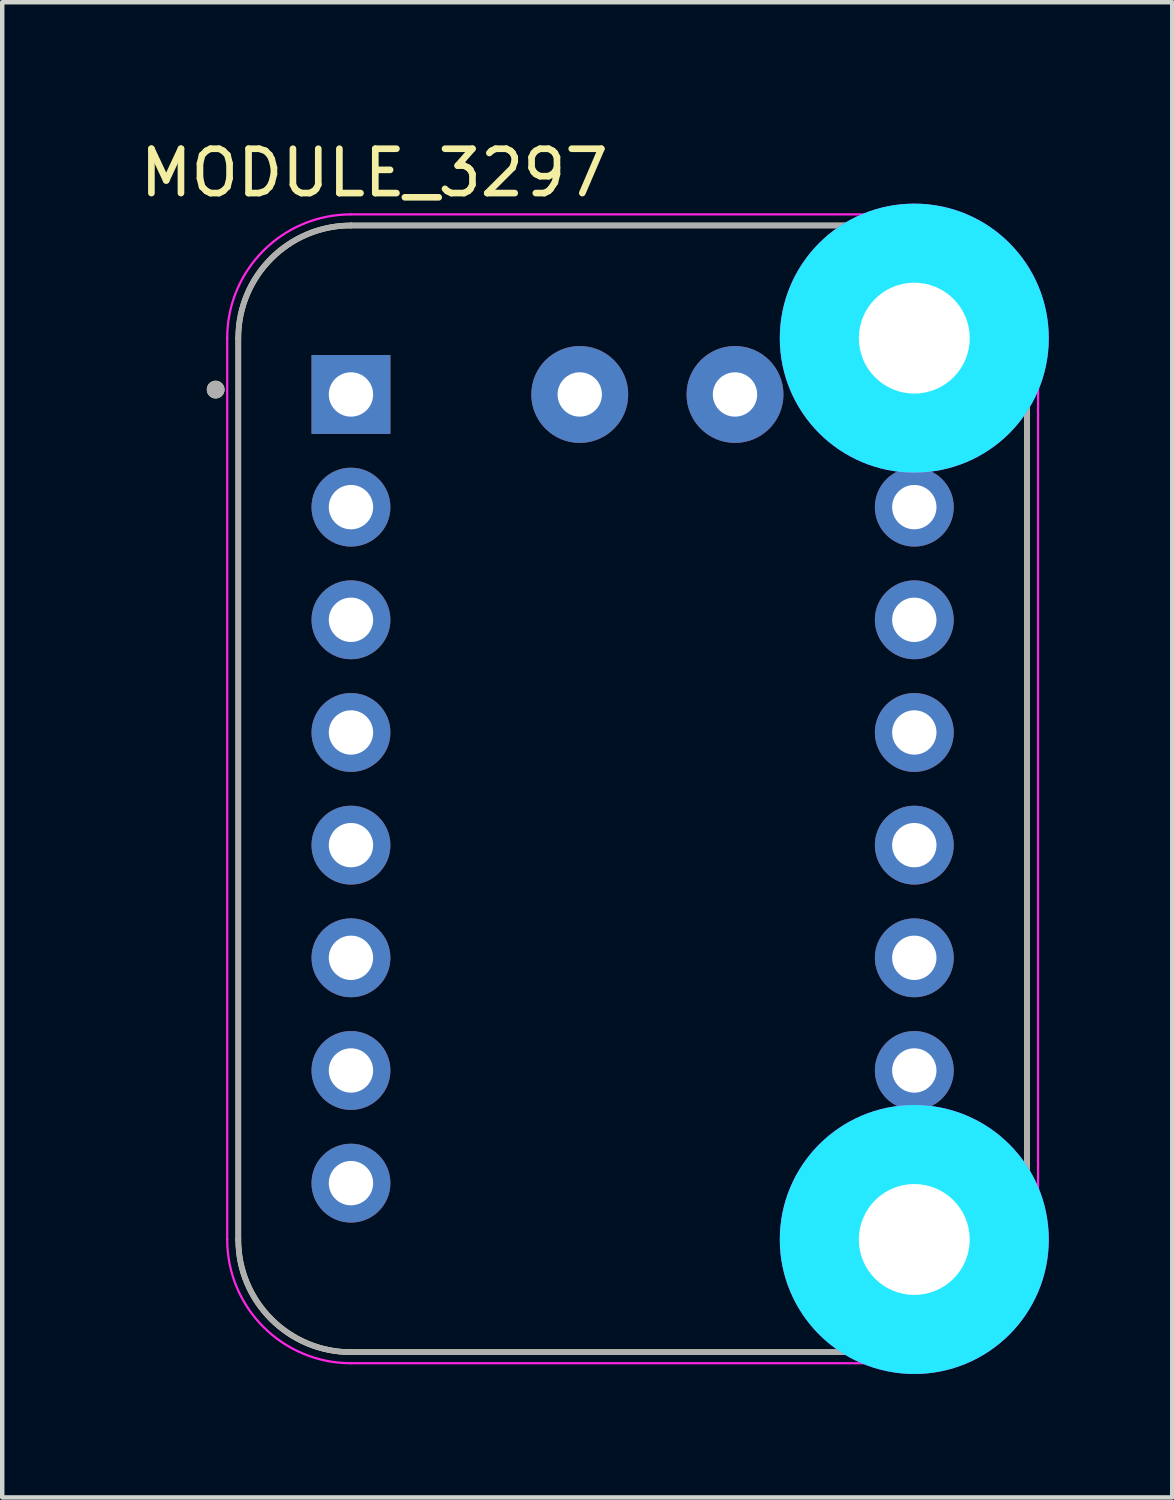
<source format=kicad_pcb>
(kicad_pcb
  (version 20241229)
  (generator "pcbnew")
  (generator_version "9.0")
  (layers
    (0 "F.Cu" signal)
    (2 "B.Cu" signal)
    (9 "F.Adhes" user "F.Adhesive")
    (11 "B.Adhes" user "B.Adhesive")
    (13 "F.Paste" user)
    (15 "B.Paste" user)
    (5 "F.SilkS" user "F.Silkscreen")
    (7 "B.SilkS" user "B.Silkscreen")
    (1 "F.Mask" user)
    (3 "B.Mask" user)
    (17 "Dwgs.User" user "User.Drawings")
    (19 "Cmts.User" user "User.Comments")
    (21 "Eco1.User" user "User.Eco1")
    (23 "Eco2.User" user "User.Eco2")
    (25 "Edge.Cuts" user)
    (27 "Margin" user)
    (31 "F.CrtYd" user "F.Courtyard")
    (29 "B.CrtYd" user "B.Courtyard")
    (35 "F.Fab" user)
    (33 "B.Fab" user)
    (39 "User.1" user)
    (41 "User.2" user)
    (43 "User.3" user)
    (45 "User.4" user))
  (footprint "MODULE_3297"
    (layer "F.Cu")
    (at 11.212 14.733)
    (property "Reference" "MODULE_3297" (at -5.825 -13.885 0) (layer "F.SilkS") (effects (font (size 1 1) (thickness 0.15))))
    (attr through_hole)
    (fp_line (start -8.89 -10.16) (end -8.89 10.16) (stroke (width 0.127) (type solid)) (layer "F.SilkS"))
    (fp_line (start -6.35 12.7) (end 6.35 12.7) (stroke (width 0.127) (type solid)) (layer "F.SilkS"))
    (fp_line (start 6.35 -12.7) (end -6.35 -12.7) (stroke (width 0.127) (type solid)) (layer "F.SilkS"))
    (fp_line (start 8.89 10.16) (end 8.89 -10.16) (stroke (width 0.127) (type solid)) (layer "F.SilkS"))
    (fp_arc (start -8.89 -10.16) (mid -8.146051 -11.956051) (end -6.35 -12.7) (stroke (width 0.127) (type solid)) (layer "F.SilkS"))
    (fp_arc (start -6.35 12.7) (mid -8.146051 11.956051) (end -8.89 10.16) (stroke (width 0.127) (type solid)) (layer "F.SilkS"))
    (fp_arc (start 6.35 -12.7) (mid 8.146051 -11.956051) (end 8.89 -10.16) (stroke (width 0.127) (type solid)) (layer "F.SilkS"))
    (fp_arc (start 8.89 10.16) (mid 8.146051 11.956051) (end 6.35 12.7) (stroke (width 0.127) (type solid)) (layer "F.SilkS"))
    (fp_circle (center -9.4 -9) (end -9.3 -9) (stroke (width 0.2) (type solid)) (fill no) (layer "F.SilkS"))
    (fp_circle (center 6.35 -10.16) (end 7.35 -10.16) (stroke (width 2.032) (type solid)) (fill no) (layer "B.CrtYd"))
    (fp_circle (center 6.35 10.16) (end 7.35 10.16) (stroke (width 2.032) (type solid)) (fill no) (layer "B.CrtYd"))
    (fp_line (start -9.14 -10.16) (end -9.14 10.16) (stroke (width 0.05) (type solid)) (layer "F.CrtYd"))
    (fp_line (start -6.35 12.95) (end 6.35 12.95) (stroke (width 0.05) (type solid)) (layer "F.CrtYd"))
    (fp_line (start 6.35 -12.95) (end -6.35 -12.95) (stroke (width 0.05) (type solid)) (layer "F.CrtYd"))
    (fp_line (start 9.14 10.16) (end 9.14 -10.16) (stroke (width 0.05) (type solid)) (layer "F.CrtYd"))
    (fp_arc (start -9.14 -10.16) (mid -8.322828 -12.132828) (end -6.35 -12.95) (stroke (width 0.05) (type solid)) (layer "F.CrtYd"))
    (fp_arc (start -6.35 12.95) (mid -8.322828 12.132828) (end -9.14 10.16) (stroke (width 0.05) (type solid)) (layer "F.CrtYd"))
    (fp_arc (start 6.35 -12.95) (mid 8.322828 -12.132828) (end 9.14 -10.16) (stroke (width 0.05) (type solid)) (layer "F.CrtYd"))
    (fp_arc (start 9.14 10.16) (mid 8.322828 12.132828) (end 6.35 12.95) (stroke (width 0.05) (type solid)) (layer "F.CrtYd"))
    (fp_circle (center 6.35 -10.16) (end 7.35 -10.16) (stroke (width 2.032) (type solid)) (fill no) (layer "F.CrtYd"))
    (fp_circle (center 6.35 10.16) (end 7.35 10.16) (stroke (width 2.032) (type solid)) (fill no) (layer "F.CrtYd"))
    (fp_line (start -8.89 -10.16) (end -8.89 10.16) (stroke (width 0.127) (type solid)) (layer "F.Fab"))
    (fp_line (start -6.35 12.7) (end 6.35 12.7) (stroke (width 0.127) (type solid)) (layer "F.Fab"))
    (fp_line (start 6.35 -12.7) (end -6.35 -12.7) (stroke (width 0.127) (type solid)) (layer "F.Fab"))
    (fp_line (start 8.89 10.16) (end 8.89 -10.16) (stroke (width 0.127) (type solid)) (layer "F.Fab"))
    (fp_arc (start -8.89 -10.16) (mid -8.146051 -11.956051) (end -6.35 -12.7) (stroke (width 0.127) (type solid)) (layer "F.Fab"))
    (fp_arc (start -6.35 12.7) (mid -8.146051 11.956051) (end -8.89 10.16) (stroke (width 0.127) (type solid)) (layer "F.Fab"))
    (fp_arc (start 6.35 -12.7) (mid 8.146051 -11.956051) (end 8.89 -10.16) (stroke (width 0.127) (type solid)) (layer "F.Fab"))
    (fp_arc (start 8.89 10.16) (mid 8.146051 11.956051) (end 6.35 12.7) (stroke (width 0.127) (type solid)) (layer "F.Fab"))
    (fp_circle (center -9.4 -9) (end -9.3 -9) (stroke (width 0.2) (type solid)) (fill no) (layer "F.Fab"))
    (pad "J1_1" thru_hole rect (at -6.35 -8.89) (size 1.778 1.778) (drill 1) (layers "*.Cu" "*.Mask"))
    (pad "J1_2" thru_hole circle (at -6.35 -6.35) (size 1.778 1.778) (drill 1) (layers "*.Cu" "*.Mask"))
    (pad "J1_3" thru_hole circle (at -6.35 -3.81) (size 1.778 1.778) (drill 1) (layers "*.Cu" "*.Mask"))
    (pad "J1_4" thru_hole circle (at -6.35 -1.27) (size 1.778 1.778) (drill 1) (layers "*.Cu" "*.Mask"))
    (pad "J1_5" thru_hole circle (at -6.35 1.27) (size 1.778 1.778) (drill 1) (layers "*.Cu" "*.Mask"))
    (pad "J1_6" thru_hole circle (at -6.35 3.81) (size 1.778 1.778) (drill 1) (layers "*.Cu" "*.Mask"))
    (pad "J1_7" thru_hole circle (at -6.35 6.35) (size 1.778 1.778) (drill 1) (layers "*.Cu" "*.Mask"))
    (pad "J1_8" thru_hole circle (at -6.35 8.89) (size 1.778 1.778) (drill 1) (layers "*.Cu" "*.Mask"))
    (pad "J2_1" thru_hole circle (at -1.192 -8.89) (size 2.184 2.184) (drill 1) (layers "*.Cu" "*.Mask"))
    (pad "J2_2" thru_hole circle (at 2.308 -8.89) (size 2.184 2.184) (drill 1) (layers "*.Cu" "*.Mask"))
    (pad "J3_1" thru_hole circle (at 6.35 -6.35) (size 1.778 1.778) (drill 1) (layers "*.Cu" "*.Mask"))
    (pad "J3_2" thru_hole circle (at 6.35 -3.81) (size 1.778 1.778) (drill 1) (layers "*.Cu" "*.Mask"))
    (pad "J3_3" thru_hole circle (at 6.35 -1.27) (size 1.778 1.778) (drill 1) (layers "*.Cu" "*.Mask"))
    (pad "J3_4" thru_hole circle (at 6.35 1.27) (size 1.778 1.778) (drill 1) (layers "*.Cu" "*.Mask"))
    (pad "J3_5" thru_hole circle (at 6.35 3.81) (size 1.778 1.778) (drill 1) (layers "*.Cu" "*.Mask"))
    (pad "J3_6" thru_hole circle (at 6.35 6.35) (size 1.778 1.778) (drill 1) (layers "*.Cu" "*.Mask"))
    (pad "S1" thru_hole circle (at 6.35 -10.16) (size 3.2 3.2) (drill 2.5) (layers "*.Cu" "*.Mask"))
    (pad "S2" thru_hole circle (at 6.35 10.16) (size 3.2 3.2) (drill 2.5) (layers "*.Cu" "*.Mask"))
    (zone (net_name "") (layer "F.Cu") (hatch full 0.508) (connect_pads) (min_thickness 2.032) (filled_areas_thickness no) (keepout (tracks not_allowed) (vias not_allowed) (pads not_allowed) (copperpour not_allowed) (footprints allowed)) (placement (enabled no)) (fill) (polygon (pts (xy 19.578 4.573) (xy 19.568 4.771) (xy 19.539 4.967) (xy 19.491 5.158) (xy 19.424 5.345) (xy 19.34 5.524) (xy 19.238 5.693) (xy 19.12 5.852) (xy 18.987 5.999) (xy 18.841 6.132) (xy 18.682 6.249) (xy 18.512 6.351) (xy 18.333 6.436) (xy 18.147 6.502) (xy 17.955 6.551) (xy 17.76 6.58) (xy 17.562 6.589) (xy 17.364 6.58) (xy 17.169 6.551) (xy 16.977 6.502) (xy 16.79 6.436) (xy 16.612 6.351) (xy 16.442 6.249) (xy 16.283 6.132) (xy 16.136 5.999) (xy 16.004 5.852) (xy 15.886 5.693) (xy 15.784 5.524) (xy 15.699 5.345) (xy 15.633 5.158) (xy 15.585 4.967) (xy 15.556 4.771) (xy 15.546 4.573) (xy 15.556 4.376) (xy 15.585 4.18) (xy 15.633 3.988) (xy 15.699 3.802) (xy 15.784 3.623) (xy 15.886 3.453) (xy 16.004 3.294) (xy 16.136 3.148) (xy 16.283 3.015) (xy 16.442 2.897) (xy 16.612 2.795) (xy 16.79 2.711) (xy 16.977 2.644) (xy 17.169 2.596) (xy 17.364 2.567) (xy 17.562 2.557) (xy 17.76 2.567) (xy 17.955 2.596) (xy 18.147 2.644) (xy 18.333 2.711) (xy 18.512 2.795) (xy 18.682 2.897) (xy 18.841 3.015) (xy 18.987 3.148) (xy 19.12 3.294) (xy 19.238 3.453) (xy 19.34 3.623) (xy 19.424 3.802) (xy 19.491 3.988) (xy 19.539 4.18) (xy 19.568 4.376))))
    (zone (net_name "") (layer "F.Cu") (hatch full 0.508) (connect_pads) (min_thickness 2.032) (filled_areas_thickness no) (keepout (tracks not_allowed) (vias not_allowed) (pads not_allowed) (copperpour not_allowed) (footprints allowed)) (placement (enabled no)) (fill) (polygon (pts (xy 19.578 24.893) (xy 19.568 25.091) (xy 19.539 25.287) (xy 19.491 25.478) (xy 19.424 25.665) (xy 19.34 25.844) (xy 19.238 26.013) (xy 19.12 26.172) (xy 18.987 26.319) (xy 18.841 26.452) (xy 18.682 26.569) (xy 18.512 26.671) (xy 18.333 26.756) (xy 18.147 26.822) (xy 17.955 26.871) (xy 17.76 26.9) (xy 17.562 26.909) (xy 17.364 26.9) (xy 17.169 26.871) (xy 16.977 26.822) (xy 16.79 26.756) (xy 16.612 26.671) (xy 16.442 26.569) (xy 16.283 26.452) (xy 16.136 26.319) (xy 16.004 26.172) (xy 15.886 26.013) (xy 15.784 25.844) (xy 15.699 25.665) (xy 15.633 25.478) (xy 15.585 25.287) (xy 15.556 25.091) (xy 15.546 24.893) (xy 15.556 24.696) (xy 15.585 24.5) (xy 15.633 24.308) (xy 15.699 24.122) (xy 15.784 23.943) (xy 15.886 23.773) (xy 16.004 23.614) (xy 16.136 23.468) (xy 16.283 23.335) (xy 16.442 23.217) (xy 16.612 23.115) (xy 16.79 23.031) (xy 16.977 22.964) (xy 17.169 22.916) (xy 17.364 22.887) (xy 17.562 22.877) (xy 17.76 22.887) (xy 17.955 22.916) (xy 18.147 22.964) (xy 18.333 23.031) (xy 18.512 23.115) (xy 18.682 23.217) (xy 18.841 23.335) (xy 18.987 23.468) (xy 19.12 23.614) (xy 19.238 23.773) (xy 19.34 23.943) (xy 19.424 24.122) (xy 19.491 24.308) (xy 19.539 24.5) (xy 19.568 24.696))))
    (zone (net_name "") (layer "B.Cu") (hatch full 0.508) (connect_pads) (min_thickness 2.032) (filled_areas_thickness no) (keepout (tracks not_allowed) (vias not_allowed) (pads not_allowed) (copperpour not_allowed) (footprints allowed)) (placement (enabled no)) (fill) (polygon (pts (xy 19.578 4.573) (xy 19.568 4.771) (xy 19.539 4.967) (xy 19.491 5.158) (xy 19.424 5.345) (xy 19.34 5.524) (xy 19.238 5.693) (xy 19.12 5.852) (xy 18.987 5.999) (xy 18.841 6.132) (xy 18.682 6.249) (xy 18.512 6.351) (xy 18.333 6.436) (xy 18.147 6.502) (xy 17.955 6.551) (xy 17.76 6.58) (xy 17.562 6.589) (xy 17.364 6.58) (xy 17.169 6.551) (xy 16.977 6.502) (xy 16.79 6.436) (xy 16.612 6.351) (xy 16.442 6.249) (xy 16.283 6.132) (xy 16.136 5.999) (xy 16.004 5.852) (xy 15.886 5.693) (xy 15.784 5.524) (xy 15.699 5.345) (xy 15.633 5.158) (xy 15.585 4.967) (xy 15.556 4.771) (xy 15.546 4.573) (xy 15.556 4.376) (xy 15.585 4.18) (xy 15.633 3.988) (xy 15.699 3.802) (xy 15.784 3.623) (xy 15.886 3.453) (xy 16.004 3.294) (xy 16.136 3.148) (xy 16.283 3.015) (xy 16.442 2.897) (xy 16.612 2.795) (xy 16.79 2.711) (xy 16.977 2.644) (xy 17.169 2.596) (xy 17.364 2.567) (xy 17.562 2.557) (xy 17.76 2.567) (xy 17.955 2.596) (xy 18.147 2.644) (xy 18.333 2.711) (xy 18.512 2.795) (xy 18.682 2.897) (xy 18.841 3.015) (xy 18.987 3.148) (xy 19.12 3.294) (xy 19.238 3.453) (xy 19.34 3.623) (xy 19.424 3.802) (xy 19.491 3.988) (xy 19.539 4.18) (xy 19.568 4.376))))
    (zone (net_name "") (layer "B.Cu") (hatch full 0.508) (connect_pads) (min_thickness 2.032) (filled_areas_thickness no) (keepout (tracks not_allowed) (vias not_allowed) (pads not_allowed) (copperpour not_allowed) (footprints allowed)) (placement (enabled no)) (fill) (polygon (pts (xy 19.578 24.893) (xy 19.568 25.091) (xy 19.539 25.287) (xy 19.491 25.478) (xy 19.424 25.665) (xy 19.34 25.844) (xy 19.238 26.013) (xy 19.12 26.172) (xy 18.987 26.319) (xy 18.841 26.452) (xy 18.682 26.569) (xy 18.512 26.671) (xy 18.333 26.756) (xy 18.147 26.822) (xy 17.955 26.871) (xy 17.76 26.9) (xy 17.562 26.909) (xy 17.364 26.9) (xy 17.169 26.871) (xy 16.977 26.822) (xy 16.79 26.756) (xy 16.612 26.671) (xy 16.442 26.569) (xy 16.283 26.452) (xy 16.136 26.319) (xy 16.004 26.172) (xy 15.886 26.013) (xy 15.784 25.844) (xy 15.699 25.665) (xy 15.633 25.478) (xy 15.585 25.287) (xy 15.556 25.091) (xy 15.546 24.893) (xy 15.556 24.696) (xy 15.585 24.5) (xy 15.633 24.308) (xy 15.699 24.122) (xy 15.784 23.943) (xy 15.886 23.773) (xy 16.004 23.614) (xy 16.136 23.468) (xy 16.283 23.335) (xy 16.442 23.217) (xy 16.612 23.115) (xy 16.79 23.031) (xy 16.977 22.964) (xy 17.169 22.916) (xy 17.364 22.887) (xy 17.562 22.877) (xy 17.76 22.887) (xy 17.955 22.916) (xy 18.147 22.964) (xy 18.333 23.031) (xy 18.512 23.115) (xy 18.682 23.217) (xy 18.841 23.335) (xy 18.987 23.468) (xy 19.12 23.614) (xy 19.238 23.773) (xy 19.34 23.943) (xy 19.424 24.122) (xy 19.491 24.308) (xy 19.539 24.5) (xy 19.568 24.696)))))
  (gr_rect
    (start -3 -3)
    (end 23.377 30.708)
    (stroke (width 0.1) (type default))
    (fill no)
    (layer "Edge.Cuts")))
</source>
